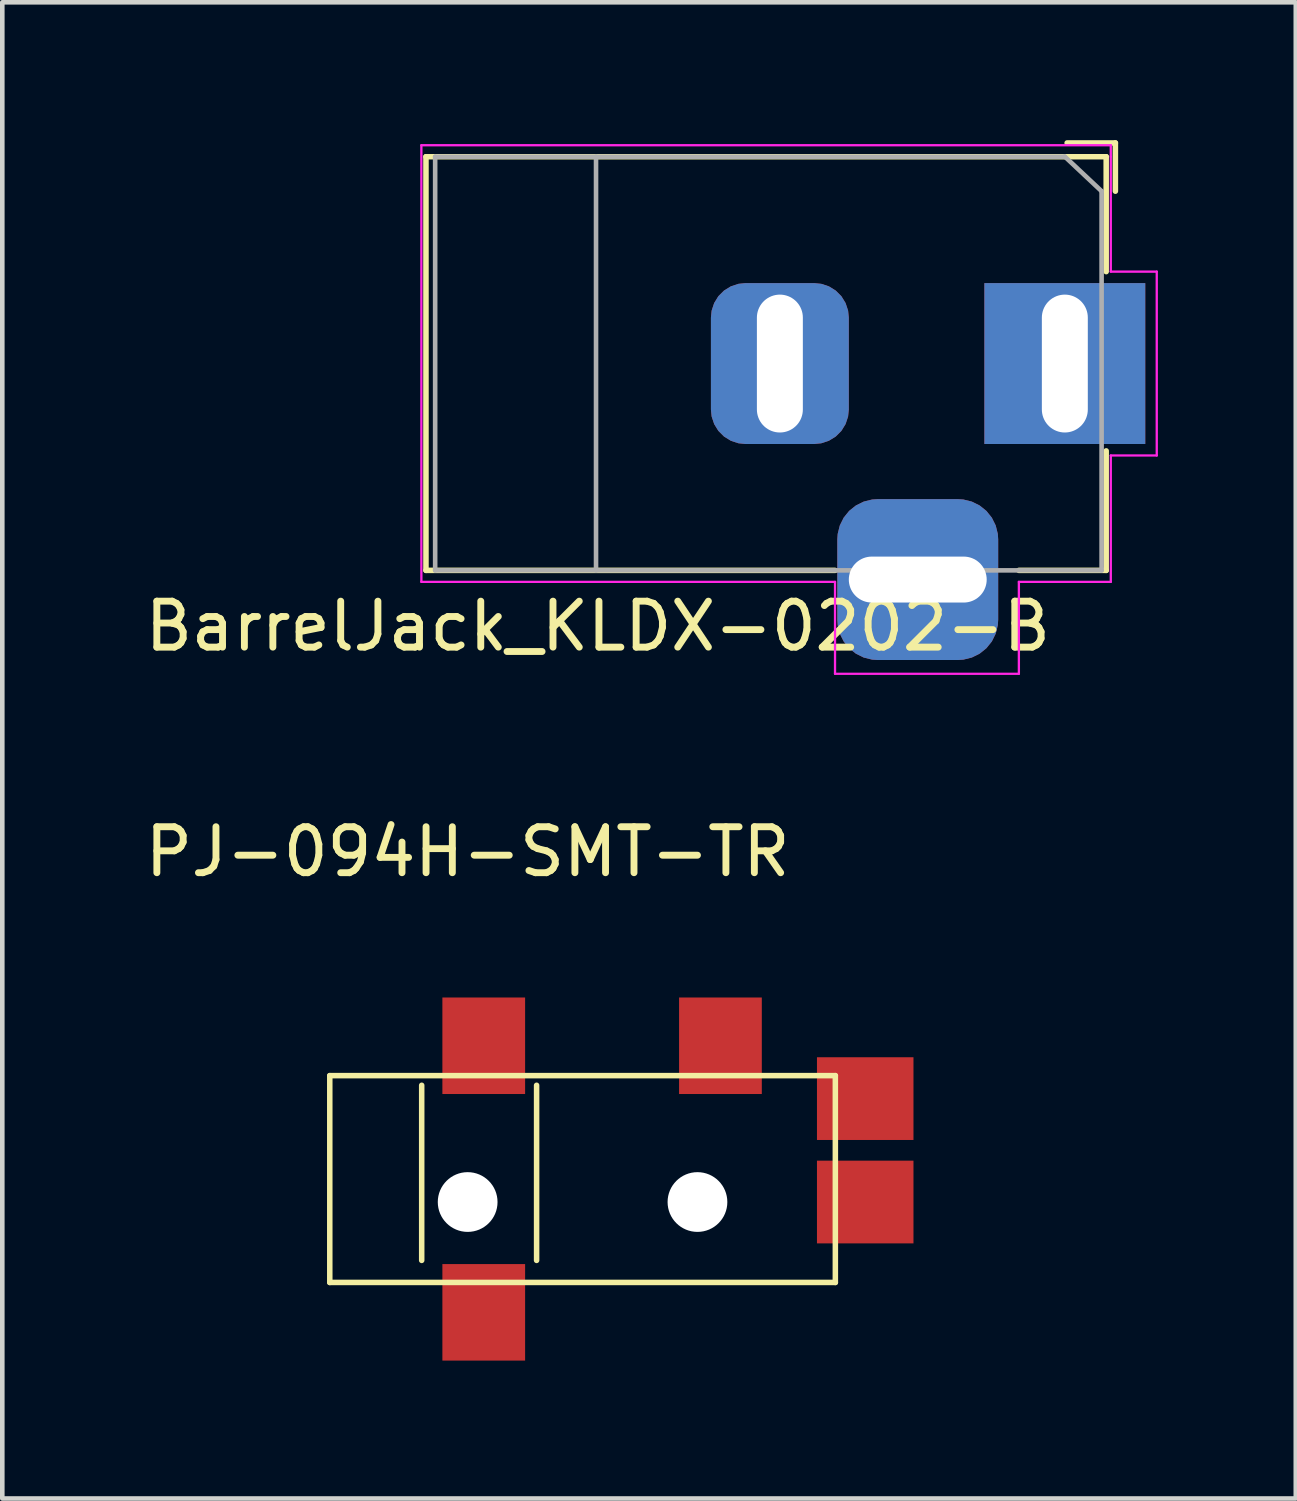
<source format=kicad_pcb>
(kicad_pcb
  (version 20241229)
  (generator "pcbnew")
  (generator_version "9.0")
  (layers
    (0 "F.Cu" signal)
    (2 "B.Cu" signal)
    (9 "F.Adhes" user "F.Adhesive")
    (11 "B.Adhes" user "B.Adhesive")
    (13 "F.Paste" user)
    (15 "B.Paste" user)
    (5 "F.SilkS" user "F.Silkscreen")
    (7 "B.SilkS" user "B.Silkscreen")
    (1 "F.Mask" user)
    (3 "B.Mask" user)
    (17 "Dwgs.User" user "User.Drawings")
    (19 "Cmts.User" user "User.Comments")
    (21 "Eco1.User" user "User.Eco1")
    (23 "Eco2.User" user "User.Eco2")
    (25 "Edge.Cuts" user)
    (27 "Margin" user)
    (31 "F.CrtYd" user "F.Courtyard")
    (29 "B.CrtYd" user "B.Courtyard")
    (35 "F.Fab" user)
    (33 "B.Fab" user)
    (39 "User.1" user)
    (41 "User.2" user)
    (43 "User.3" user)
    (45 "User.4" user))
  (footprint "BarrelJack_KLDX-0202-B"
    (layer "F.Cu")
    (at 20.118 4.86)
    (property "Reference" "BarrelJack_KLDX-0202-B" (at -10.16 5.715 0) (layer "F.SilkS") (effects (font (size 1 1) (thickness 0.15))))
    (attr through_hole)
    (fp_line (start -13.9 -4.5) (end 0.9 -4.5) (stroke (width 0.12) (type solid)) (layer "F.SilkS"))
    (fp_line (start -13.9 4.5) (end -13.9 -4.5) (stroke (width 0.12) (type solid)) (layer "F.SilkS"))
    (fp_line (start -5 4.5) (end -13.9 4.5) (stroke (width 0.12) (type solid)) (layer "F.SilkS"))
    (fp_line (start 0.05 -4.8) (end 1.1 -4.8) (stroke (width 0.12) (type solid)) (layer "F.SilkS"))
    (fp_line (start 0.9 -4.5) (end 0.9 -2) (stroke (width 0.12) (type solid)) (layer "F.SilkS"))
    (fp_line (start 0.9 1.9) (end 0.9 4.5) (stroke (width 0.12) (type solid)) (layer "F.SilkS"))
    (fp_line (start 0.9 4.5) (end -1 4.5) (stroke (width 0.12) (type solid)) (layer "F.SilkS"))
    (fp_line (start 1.1 -3.75) (end 1.1 -4.8) (stroke (width 0.12) (type solid)) (layer "F.SilkS"))
    (fp_line (start -14 4.75) (end -14 -4.75) (stroke (width 0.05) (type solid)) (layer "F.CrtYd"))
    (fp_line (start -5 4.75) (end -14 4.75) (stroke (width 0.05) (type solid)) (layer "F.CrtYd"))
    (fp_line (start -5 6.75) (end -5 4.75) (stroke (width 0.05) (type solid)) (layer "F.CrtYd"))
    (fp_line (start -1 4.75) (end -1 6.75) (stroke (width 0.05) (type solid)) (layer "F.CrtYd"))
    (fp_line (start -1 6.75) (end -5 6.75) (stroke (width 0.05) (type solid)) (layer "F.CrtYd"))
    (fp_line (start 1 -4.75) (end -14 -4.75) (stroke (width 0.05) (type solid)) (layer "F.CrtYd"))
    (fp_line (start 1 -4.5) (end 1 -4.75) (stroke (width 0.05) (type solid)) (layer "F.CrtYd"))
    (fp_line (start 1 -4.5) (end 1 -2) (stroke (width 0.05) (type solid)) (layer "F.CrtYd"))
    (fp_line (start 1 -2) (end 2 -2) (stroke (width 0.05) (type solid)) (layer "F.CrtYd"))
    (fp_line (start 1 2) (end 1 4.75) (stroke (width 0.05) (type solid)) (layer "F.CrtYd"))
    (fp_line (start 1 4.75) (end -1 4.75) (stroke (width 0.05) (type solid)) (layer "F.CrtYd"))
    (fp_line (start 2 -2) (end 2 2) (stroke (width 0.05) (type solid)) (layer "F.CrtYd"))
    (fp_line (start 2 2) (end 1 2) (stroke (width 0.05) (type solid)) (layer "F.CrtYd"))
    (fp_line (start -13.7 -4.5) (end -13.7 4.5) (stroke (width 0.1) (type solid)) (layer "F.Fab"))
    (fp_line (start -13.7 4.5) (end 0.8 4.5) (stroke (width 0.1) (type solid)) (layer "F.Fab"))
    (fp_line (start -10.2 -4.5) (end -10.2 4.5) (stroke (width 0.1) (type solid)) (layer "F.Fab"))
    (fp_line (start -0.003 -4.505) (end 0.8 -3.75) (stroke (width 0.1) (type solid)) (layer "F.Fab"))
    (fp_line (start 0 -4.5) (end -13.7 -4.5) (stroke (width 0.1) (type solid)) (layer "F.Fab"))
    (fp_line (start 0.8 4.5) (end 0.8 -3.75) (stroke (width 0.1) (type solid)) (layer "F.Fab"))
    (pad "1" thru_hole rect (at 0 0) (size 3.5 3.5) (drill oval 1 3) (layers "*.Cu" "*.Mask"))
    (pad "2" thru_hole roundrect (at -6.2 0) (size 3 3.5) (drill oval 1 3) (layers "*.Cu" "*.Mask") (roundrect_rratio 0.25))
    (pad "3" thru_hole roundrect (at -3.2 4.7) (size 3.5 3.5) (drill oval 3 1) (layers "*.Cu" "*.Mask") (roundrect_rratio 0.25)))
  (footprint "PJ-094H-SMT-TR"
    (layer "F.Cu")
    (at 7.125 23.103)
    (property "Reference" "PJ-094H-SMT-TR" (at 0 -7.62 0) (layer "F.SilkS") (effects (font (size 1 1) (thickness 0.15))))
    (attr through_hole)
    (fp_line (start -3 -2.75) (end -3 1.75) (stroke (width 0.12) (type solid)) (layer "F.SilkS"))
    (fp_line (start -3 1.75) (end 8 1.75) (stroke (width 0.12) (type solid)) (layer "F.SilkS"))
    (fp_line (start -1 -2.54) (end -1 1.27) (stroke (width 0.12) (type solid)) (layer "F.SilkS"))
    (fp_line (start 1.5 -2.54) (end 1.5 1.27) (stroke (width 0.12) (type solid)) (layer "F.SilkS"))
    (fp_line (start 8 -2.75) (end -3 -2.75) (stroke (width 0.12) (type solid)) (layer "F.SilkS"))
    (fp_line (start 8 1.75) (end 8 -2.75) (stroke (width 0.12) (type solid)) (layer "F.SilkS"))
    (pad "" np_thru_hole circle (at 0 0) (size 1.3 1.3) (drill 1.3) (layers "*.Cu" "*.Mask"))
    (pad "" smd rect (at 0.35 -2.75) (size 1.8 2.1) (drill (offset 0 -0.65)) (layers "F.Cu" "F.Mask" "F.Paste"))
    (pad "" smd rect (at 0.35 1.75 180) (size 1.8 2.1) (drill (offset 0 -0.65)) (layers "F.Cu" "F.Mask" "F.Paste"))
    (pad "" np_thru_hole circle (at 5 0) (size 1.3 1.3) (drill 1.3) (layers "*.Cu" "*.Mask"))
    (pad "1" smd rect (at 8 0 270) (size 1.8 2.1) (drill (offset 0 -0.65)) (layers "F.Cu" "F.Mask" "F.Paste"))
    (pad "2" smd rect (at 5.5 -2.75) (size 1.8 2.1) (drill (offset 0 -0.65)) (layers "F.Cu" "F.Mask" "F.Paste"))
    (pad "3" smd rect (at 8 -2.25 270) (size 1.8 2.1) (drill (offset 0 -0.65)) (layers "F.Cu" "F.Mask" "F.Paste")))
  (gr_rect
    (start -3 -3)
    (end 25.143 29.553)
    (stroke (width 0.1) (type default))
    (fill no)
    (layer "Edge.Cuts")))
</source>
